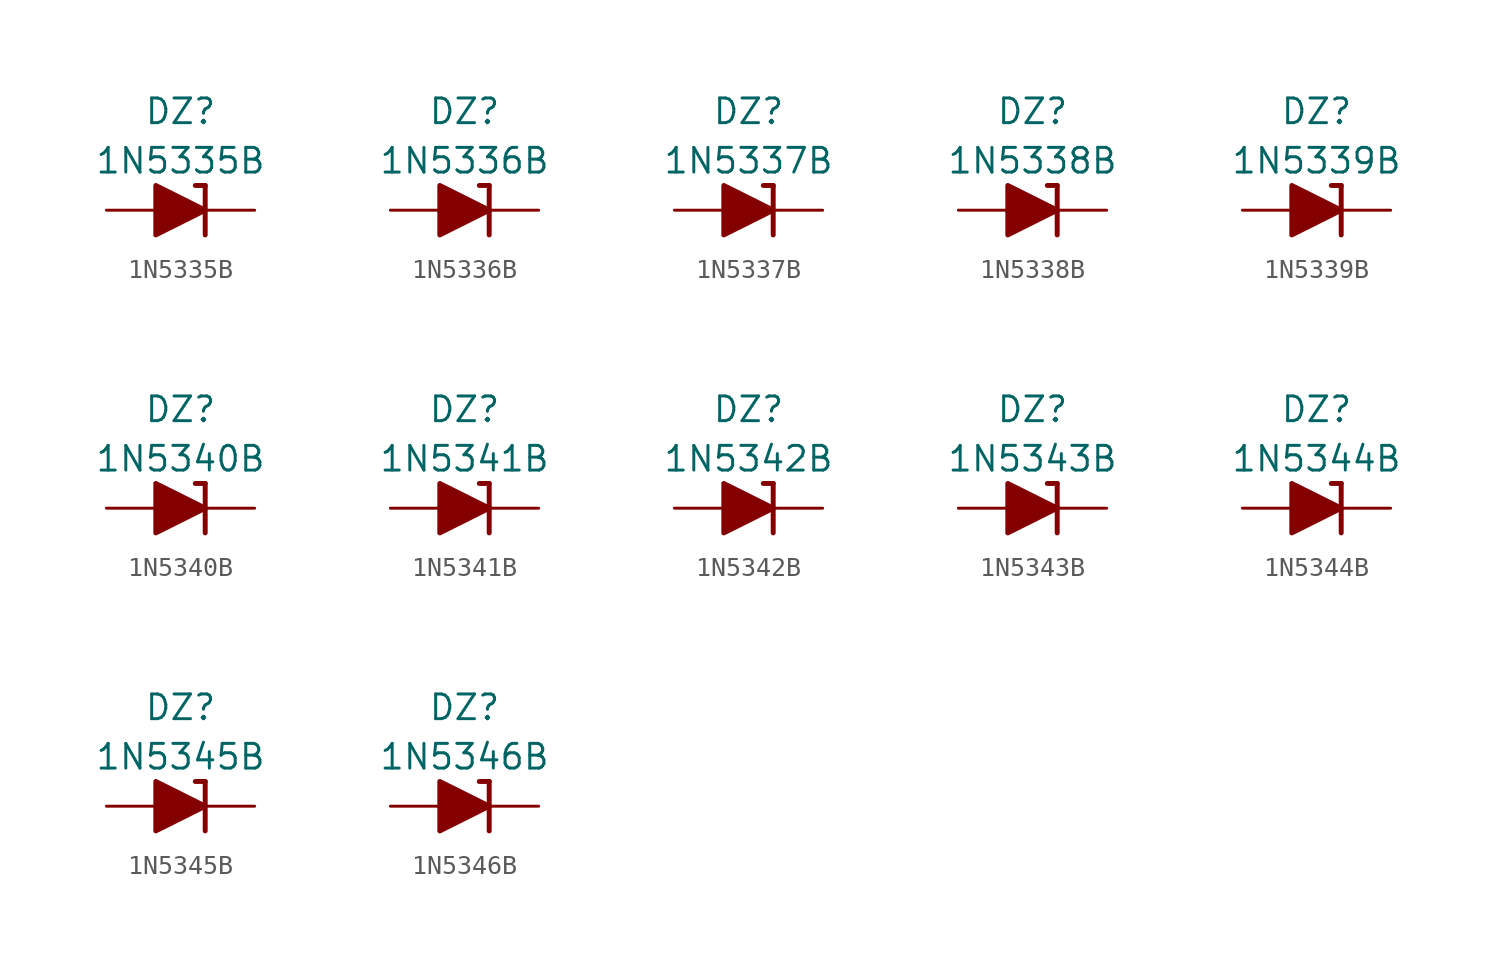
<source format=kicad_sym>
(kicad_symbol_lib
  (version 20201005)
  (generator kicad_symbol_editor)
  (symbol "Diode_Zener_AKL:1N5335B"
    (pin_numbers hide)
    (pin_names
      (offset 1.016) hide)
    (property "Reference" "DZ"
      (at 0 5.08 0)
      (effects (font (size 1.27 1.27))))
    (property "Value" "1N5335B"
      (at 0 2.54 0)
      (effects (font (size 1.27 1.27))))
    (symbol "1N5335B_0_1"
      (polyline (pts (xy -1.27 0) (xy 1.27 0)) (stroke (width 0)) (fill (type none)))
      (polyline (pts (xy 1.27 1.27) (xy 0.762 1.27)) (stroke (width 0.254)) (fill (type none)))
      (polyline (pts (xy 1.27 1.27) (xy 1.27 -1.27)) (stroke (width 0.254)) (fill (type none)))
      (polyline (pts (xy -1.27 -1.27) (xy -1.27 1.27) (xy 1.27 0) (xy -1.27 -1.27)) (stroke (width 0.254)) (fill (type outline))))
    (symbol "1N5335B_1_1"
      (pin passive line (at 3.81 0 180) (length 2.54) (name "K" (effects (font (size 1.27 1.27)))) (number "1" (effects (font (size 1.27 1.27)))))
      (pin passive line (at -3.81 0 0) (length 2.54) (name "A" (effects (font (size 1.27 1.27)))) (number "2" (effects (font (size 1.27 1.27)))))))
  (symbol "Diode_Zener_AKL:1N5336B"
    (pin_numbers hide)
    (pin_names
      (offset 1.016) hide)
    (property "Reference" "DZ"
      (at 0 5.08 0)
      (effects (font (size 1.27 1.27))))
    (property "Value" "1N5336B"
      (at 0 2.54 0)
      (effects (font (size 1.27 1.27))))
    (symbol "1N5336B_0_1"
      (polyline (pts (xy -1.27 0) (xy 1.27 0)) (stroke (width 0)) (fill (type none)))
      (polyline (pts (xy 1.27 1.27) (xy 0.762 1.27)) (stroke (width 0.254)) (fill (type none)))
      (polyline (pts (xy 1.27 1.27) (xy 1.27 -1.27)) (stroke (width 0.254)) (fill (type none)))
      (polyline (pts (xy -1.27 -1.27) (xy -1.27 1.27) (xy 1.27 0) (xy -1.27 -1.27)) (stroke (width 0.254)) (fill (type outline))))
    (symbol "1N5336B_1_1"
      (pin passive line (at 3.81 0 180) (length 2.54) (name "K" (effects (font (size 1.27 1.27)))) (number "1" (effects (font (size 1.27 1.27)))))
      (pin passive line (at -3.81 0 0) (length 2.54) (name "A" (effects (font (size 1.27 1.27)))) (number "2" (effects (font (size 1.27 1.27)))))))
  (symbol "Diode_Zener_AKL:1N5337B"
    (pin_numbers hide)
    (pin_names
      (offset 1.016) hide)
    (property "Reference" "DZ"
      (at 0 5.08 0)
      (effects (font (size 1.27 1.27))))
    (property "Value" "1N5337B"
      (at 0 2.54 0)
      (effects (font (size 1.27 1.27))))
    (symbol "1N5337B_0_1"
      (polyline (pts (xy -1.27 0) (xy 1.27 0)) (stroke (width 0)) (fill (type none)))
      (polyline (pts (xy 1.27 1.27) (xy 0.762 1.27)) (stroke (width 0.254)) (fill (type none)))
      (polyline (pts (xy 1.27 1.27) (xy 1.27 -1.27)) (stroke (width 0.254)) (fill (type none)))
      (polyline (pts (xy -1.27 -1.27) (xy -1.27 1.27) (xy 1.27 0) (xy -1.27 -1.27)) (stroke (width 0.254)) (fill (type outline))))
    (symbol "1N5337B_1_1"
      (pin passive line (at 3.81 0 180) (length 2.54) (name "K" (effects (font (size 1.27 1.27)))) (number "1" (effects (font (size 1.27 1.27)))))
      (pin passive line (at -3.81 0 0) (length 2.54) (name "A" (effects (font (size 1.27 1.27)))) (number "2" (effects (font (size 1.27 1.27)))))))
  (symbol "Diode_Zener_AKL:1N5338B"
    (pin_numbers hide)
    (pin_names
      (offset 1.016) hide)
    (property "Reference" "DZ"
      (at 0 5.08 0)
      (effects (font (size 1.27 1.27))))
    (property "Value" "1N5338B"
      (at 0 2.54 0)
      (effects (font (size 1.27 1.27))))
    (symbol "1N5338B_0_1"
      (polyline (pts (xy -1.27 0) (xy 1.27 0)) (stroke (width 0)) (fill (type none)))
      (polyline (pts (xy 1.27 1.27) (xy 0.762 1.27)) (stroke (width 0.254)) (fill (type none)))
      (polyline (pts (xy 1.27 1.27) (xy 1.27 -1.27)) (stroke (width 0.254)) (fill (type none)))
      (polyline (pts (xy -1.27 -1.27) (xy -1.27 1.27) (xy 1.27 0) (xy -1.27 -1.27)) (stroke (width 0.254)) (fill (type outline))))
    (symbol "1N5338B_1_1"
      (pin passive line (at 3.81 0 180) (length 2.54) (name "K" (effects (font (size 1.27 1.27)))) (number "1" (effects (font (size 1.27 1.27)))))
      (pin passive line (at -3.81 0 0) (length 2.54) (name "A" (effects (font (size 1.27 1.27)))) (number "2" (effects (font (size 1.27 1.27)))))))
  (symbol "Diode_Zener_AKL:1N5339B"
    (pin_numbers hide)
    (pin_names
      (offset 1.016) hide)
    (property "Reference" "DZ"
      (at 0 5.08 0)
      (effects (font (size 1.27 1.27))))
    (property "Value" "1N5339B"
      (at 0 2.54 0)
      (effects (font (size 1.27 1.27))))
    (symbol "1N5339B_0_1"
      (polyline (pts (xy -1.27 0) (xy 1.27 0)) (stroke (width 0)) (fill (type none)))
      (polyline (pts (xy 1.27 1.27) (xy 0.762 1.27)) (stroke (width 0.254)) (fill (type none)))
      (polyline (pts (xy 1.27 1.27) (xy 1.27 -1.27)) (stroke (width 0.254)) (fill (type none)))
      (polyline (pts (xy -1.27 -1.27) (xy -1.27 1.27) (xy 1.27 0) (xy -1.27 -1.27)) (stroke (width 0.254)) (fill (type outline))))
    (symbol "1N5339B_1_1"
      (pin passive line (at 3.81 0 180) (length 2.54) (name "K" (effects (font (size 1.27 1.27)))) (number "1" (effects (font (size 1.27 1.27)))))
      (pin passive line (at -3.81 0 0) (length 2.54) (name "A" (effects (font (size 1.27 1.27)))) (number "2" (effects (font (size 1.27 1.27)))))))
  (symbol "Diode_Zener_AKL:1N5340B"
    (pin_numbers hide)
    (pin_names
      (offset 1.016) hide)
    (property "Reference" "DZ"
      (at 0 5.08 0)
      (effects (font (size 1.27 1.27))))
    (property "Value" "1N5340B"
      (at 0 2.54 0)
      (effects (font (size 1.27 1.27))))
    (symbol "1N5340B_0_1"
      (polyline (pts (xy -1.27 0) (xy 1.27 0)) (stroke (width 0)) (fill (type none)))
      (polyline (pts (xy 1.27 1.27) (xy 0.762 1.27)) (stroke (width 0.254)) (fill (type none)))
      (polyline (pts (xy 1.27 1.27) (xy 1.27 -1.27)) (stroke (width 0.254)) (fill (type none)))
      (polyline (pts (xy -1.27 -1.27) (xy -1.27 1.27) (xy 1.27 0) (xy -1.27 -1.27)) (stroke (width 0.254)) (fill (type outline))))
    (symbol "1N5340B_1_1"
      (pin passive line (at 3.81 0 180) (length 2.54) (name "K" (effects (font (size 1.27 1.27)))) (number "1" (effects (font (size 1.27 1.27)))))
      (pin passive line (at -3.81 0 0) (length 2.54) (name "A" (effects (font (size 1.27 1.27)))) (number "2" (effects (font (size 1.27 1.27)))))))
  (symbol "Diode_Zener_AKL:1N5341B"
    (pin_numbers hide)
    (pin_names
      (offset 1.016) hide)
    (property "Reference" "DZ"
      (at 0 5.08 0)
      (effects (font (size 1.27 1.27))))
    (property "Value" "1N5341B"
      (at 0 2.54 0)
      (effects (font (size 1.27 1.27))))
    (symbol "1N5341B_0_1"
      (polyline (pts (xy -1.27 0) (xy 1.27 0)) (stroke (width 0)) (fill (type none)))
      (polyline (pts (xy 1.27 1.27) (xy 0.762 1.27)) (stroke (width 0.254)) (fill (type none)))
      (polyline (pts (xy 1.27 1.27) (xy 1.27 -1.27)) (stroke (width 0.254)) (fill (type none)))
      (polyline (pts (xy -1.27 -1.27) (xy -1.27 1.27) (xy 1.27 0) (xy -1.27 -1.27)) (stroke (width 0.254)) (fill (type outline))))
    (symbol "1N5341B_1_1"
      (pin passive line (at 3.81 0 180) (length 2.54) (name "K" (effects (font (size 1.27 1.27)))) (number "1" (effects (font (size 1.27 1.27)))))
      (pin passive line (at -3.81 0 0) (length 2.54) (name "A" (effects (font (size 1.27 1.27)))) (number "2" (effects (font (size 1.27 1.27)))))))
  (symbol "Diode_Zener_AKL:1N5342B"
    (pin_numbers hide)
    (pin_names
      (offset 1.016) hide)
    (property "Reference" "DZ"
      (at 0 5.08 0)
      (effects (font (size 1.27 1.27))))
    (property "Value" "1N5342B"
      (at 0 2.54 0)
      (effects (font (size 1.27 1.27))))
    (symbol "1N5342B_0_1"
      (polyline (pts (xy -1.27 0) (xy 1.27 0)) (stroke (width 0)) (fill (type none)))
      (polyline (pts (xy 1.27 1.27) (xy 0.762 1.27)) (stroke (width 0.254)) (fill (type none)))
      (polyline (pts (xy 1.27 1.27) (xy 1.27 -1.27)) (stroke (width 0.254)) (fill (type none)))
      (polyline (pts (xy -1.27 -1.27) (xy -1.27 1.27) (xy 1.27 0) (xy -1.27 -1.27)) (stroke (width 0.254)) (fill (type outline))))
    (symbol "1N5342B_1_1"
      (pin passive line (at 3.81 0 180) (length 2.54) (name "K" (effects (font (size 1.27 1.27)))) (number "1" (effects (font (size 1.27 1.27)))))
      (pin passive line (at -3.81 0 0) (length 2.54) (name "A" (effects (font (size 1.27 1.27)))) (number "2" (effects (font (size 1.27 1.27)))))))
  (symbol "Diode_Zener_AKL:1N5343B"
    (pin_numbers hide)
    (pin_names
      (offset 1.016) hide)
    (property "Reference" "DZ"
      (at 0 5.08 0)
      (effects (font (size 1.27 1.27))))
    (property "Value" "1N5343B"
      (at 0 2.54 0)
      (effects (font (size 1.27 1.27))))
    (symbol "1N5343B_0_1"
      (polyline (pts (xy -1.27 0) (xy 1.27 0)) (stroke (width 0)) (fill (type none)))
      (polyline (pts (xy 1.27 1.27) (xy 0.762 1.27)) (stroke (width 0.254)) (fill (type none)))
      (polyline (pts (xy 1.27 1.27) (xy 1.27 -1.27)) (stroke (width 0.254)) (fill (type none)))
      (polyline (pts (xy -1.27 -1.27) (xy -1.27 1.27) (xy 1.27 0) (xy -1.27 -1.27)) (stroke (width 0.254)) (fill (type outline))))
    (symbol "1N5343B_1_1"
      (pin passive line (at 3.81 0 180) (length 2.54) (name "K" (effects (font (size 1.27 1.27)))) (number "1" (effects (font (size 1.27 1.27)))))
      (pin passive line (at -3.81 0 0) (length 2.54) (name "A" (effects (font (size 1.27 1.27)))) (number "2" (effects (font (size 1.27 1.27)))))))
  (symbol "Diode_Zener_AKL:1N5344B"
    (pin_numbers hide)
    (pin_names
      (offset 1.016) hide)
    (property "Reference" "DZ"
      (at 0 5.08 0)
      (effects (font (size 1.27 1.27))))
    (property "Value" "1N5344B"
      (at 0 2.54 0)
      (effects (font (size 1.27 1.27))))
    (symbol "1N5344B_0_1"
      (polyline (pts (xy -1.27 0) (xy 1.27 0)) (stroke (width 0)) (fill (type none)))
      (polyline (pts (xy 1.27 1.27) (xy 0.762 1.27)) (stroke (width 0.254)) (fill (type none)))
      (polyline (pts (xy 1.27 1.27) (xy 1.27 -1.27)) (stroke (width 0.254)) (fill (type none)))
      (polyline (pts (xy -1.27 -1.27) (xy -1.27 1.27) (xy 1.27 0) (xy -1.27 -1.27)) (stroke (width 0.254)) (fill (type outline))))
    (symbol "1N5344B_1_1"
      (pin passive line (at 3.81 0 180) (length 2.54) (name "K" (effects (font (size 1.27 1.27)))) (number "1" (effects (font (size 1.27 1.27)))))
      (pin passive line (at -3.81 0 0) (length 2.54) (name "A" (effects (font (size 1.27 1.27)))) (number "2" (effects (font (size 1.27 1.27)))))))
  (symbol "Diode_Zener_AKL:1N5345B"
    (pin_numbers hide)
    (pin_names
      (offset 1.016) hide)
    (property "Reference" "DZ"
      (at 0 5.08 0)
      (effects (font (size 1.27 1.27))))
    (property "Value" "1N5345B"
      (at 0 2.54 0)
      (effects (font (size 1.27 1.27))))
    (symbol "1N5345B_0_1"
      (polyline (pts (xy -1.27 0) (xy 1.27 0)) (stroke (width 0)) (fill (type none)))
      (polyline (pts (xy 1.27 1.27) (xy 0.762 1.27)) (stroke (width 0.254)) (fill (type none)))
      (polyline (pts (xy 1.27 1.27) (xy 1.27 -1.27)) (stroke (width 0.254)) (fill (type none)))
      (polyline (pts (xy -1.27 -1.27) (xy -1.27 1.27) (xy 1.27 0) (xy -1.27 -1.27)) (stroke (width 0.254)) (fill (type outline))))
    (symbol "1N5345B_1_1"
      (pin passive line (at 3.81 0 180) (length 2.54) (name "K" (effects (font (size 1.27 1.27)))) (number "1" (effects (font (size 1.27 1.27)))))
      (pin passive line (at -3.81 0 0) (length 2.54) (name "A" (effects (font (size 1.27 1.27)))) (number "2" (effects (font (size 1.27 1.27)))))))
  (symbol "Diode_Zener_AKL:1N5346B"
    (pin_numbers hide)
    (pin_names
      (offset 1.016) hide)
    (property "Reference" "DZ"
      (at 0 5.08 0)
      (effects (font (size 1.27 1.27))))
    (property "Value" "1N5346B"
      (at 0 2.54 0)
      (effects (font (size 1.27 1.27))))
    (symbol "1N5346B_0_1"
      (polyline (pts (xy -1.27 0) (xy 1.27 0)) (stroke (width 0)) (fill (type none)))
      (polyline (pts (xy 1.27 1.27) (xy 0.762 1.27)) (stroke (width 0.254)) (fill (type none)))
      (polyline (pts (xy 1.27 1.27) (xy 1.27 -1.27)) (stroke (width 0.254)) (fill (type none)))
      (polyline (pts (xy -1.27 -1.27) (xy -1.27 1.27) (xy 1.27 0) (xy -1.27 -1.27)) (stroke (width 0.254)) (fill (type outline))))
    (symbol "1N5346B_1_1"
      (pin passive line (at 3.81 0 180) (length 2.54) (name "K" (effects (font (size 1.27 1.27)))) (number "1" (effects (font (size 1.27 1.27)))))
      (pin passive line (at -3.81 0 0) (length 2.54) (name "A" (effects (font (size 1.27 1.27)))) (number "2" (effects (font (size 1.27 1.27))))))))
</source>
